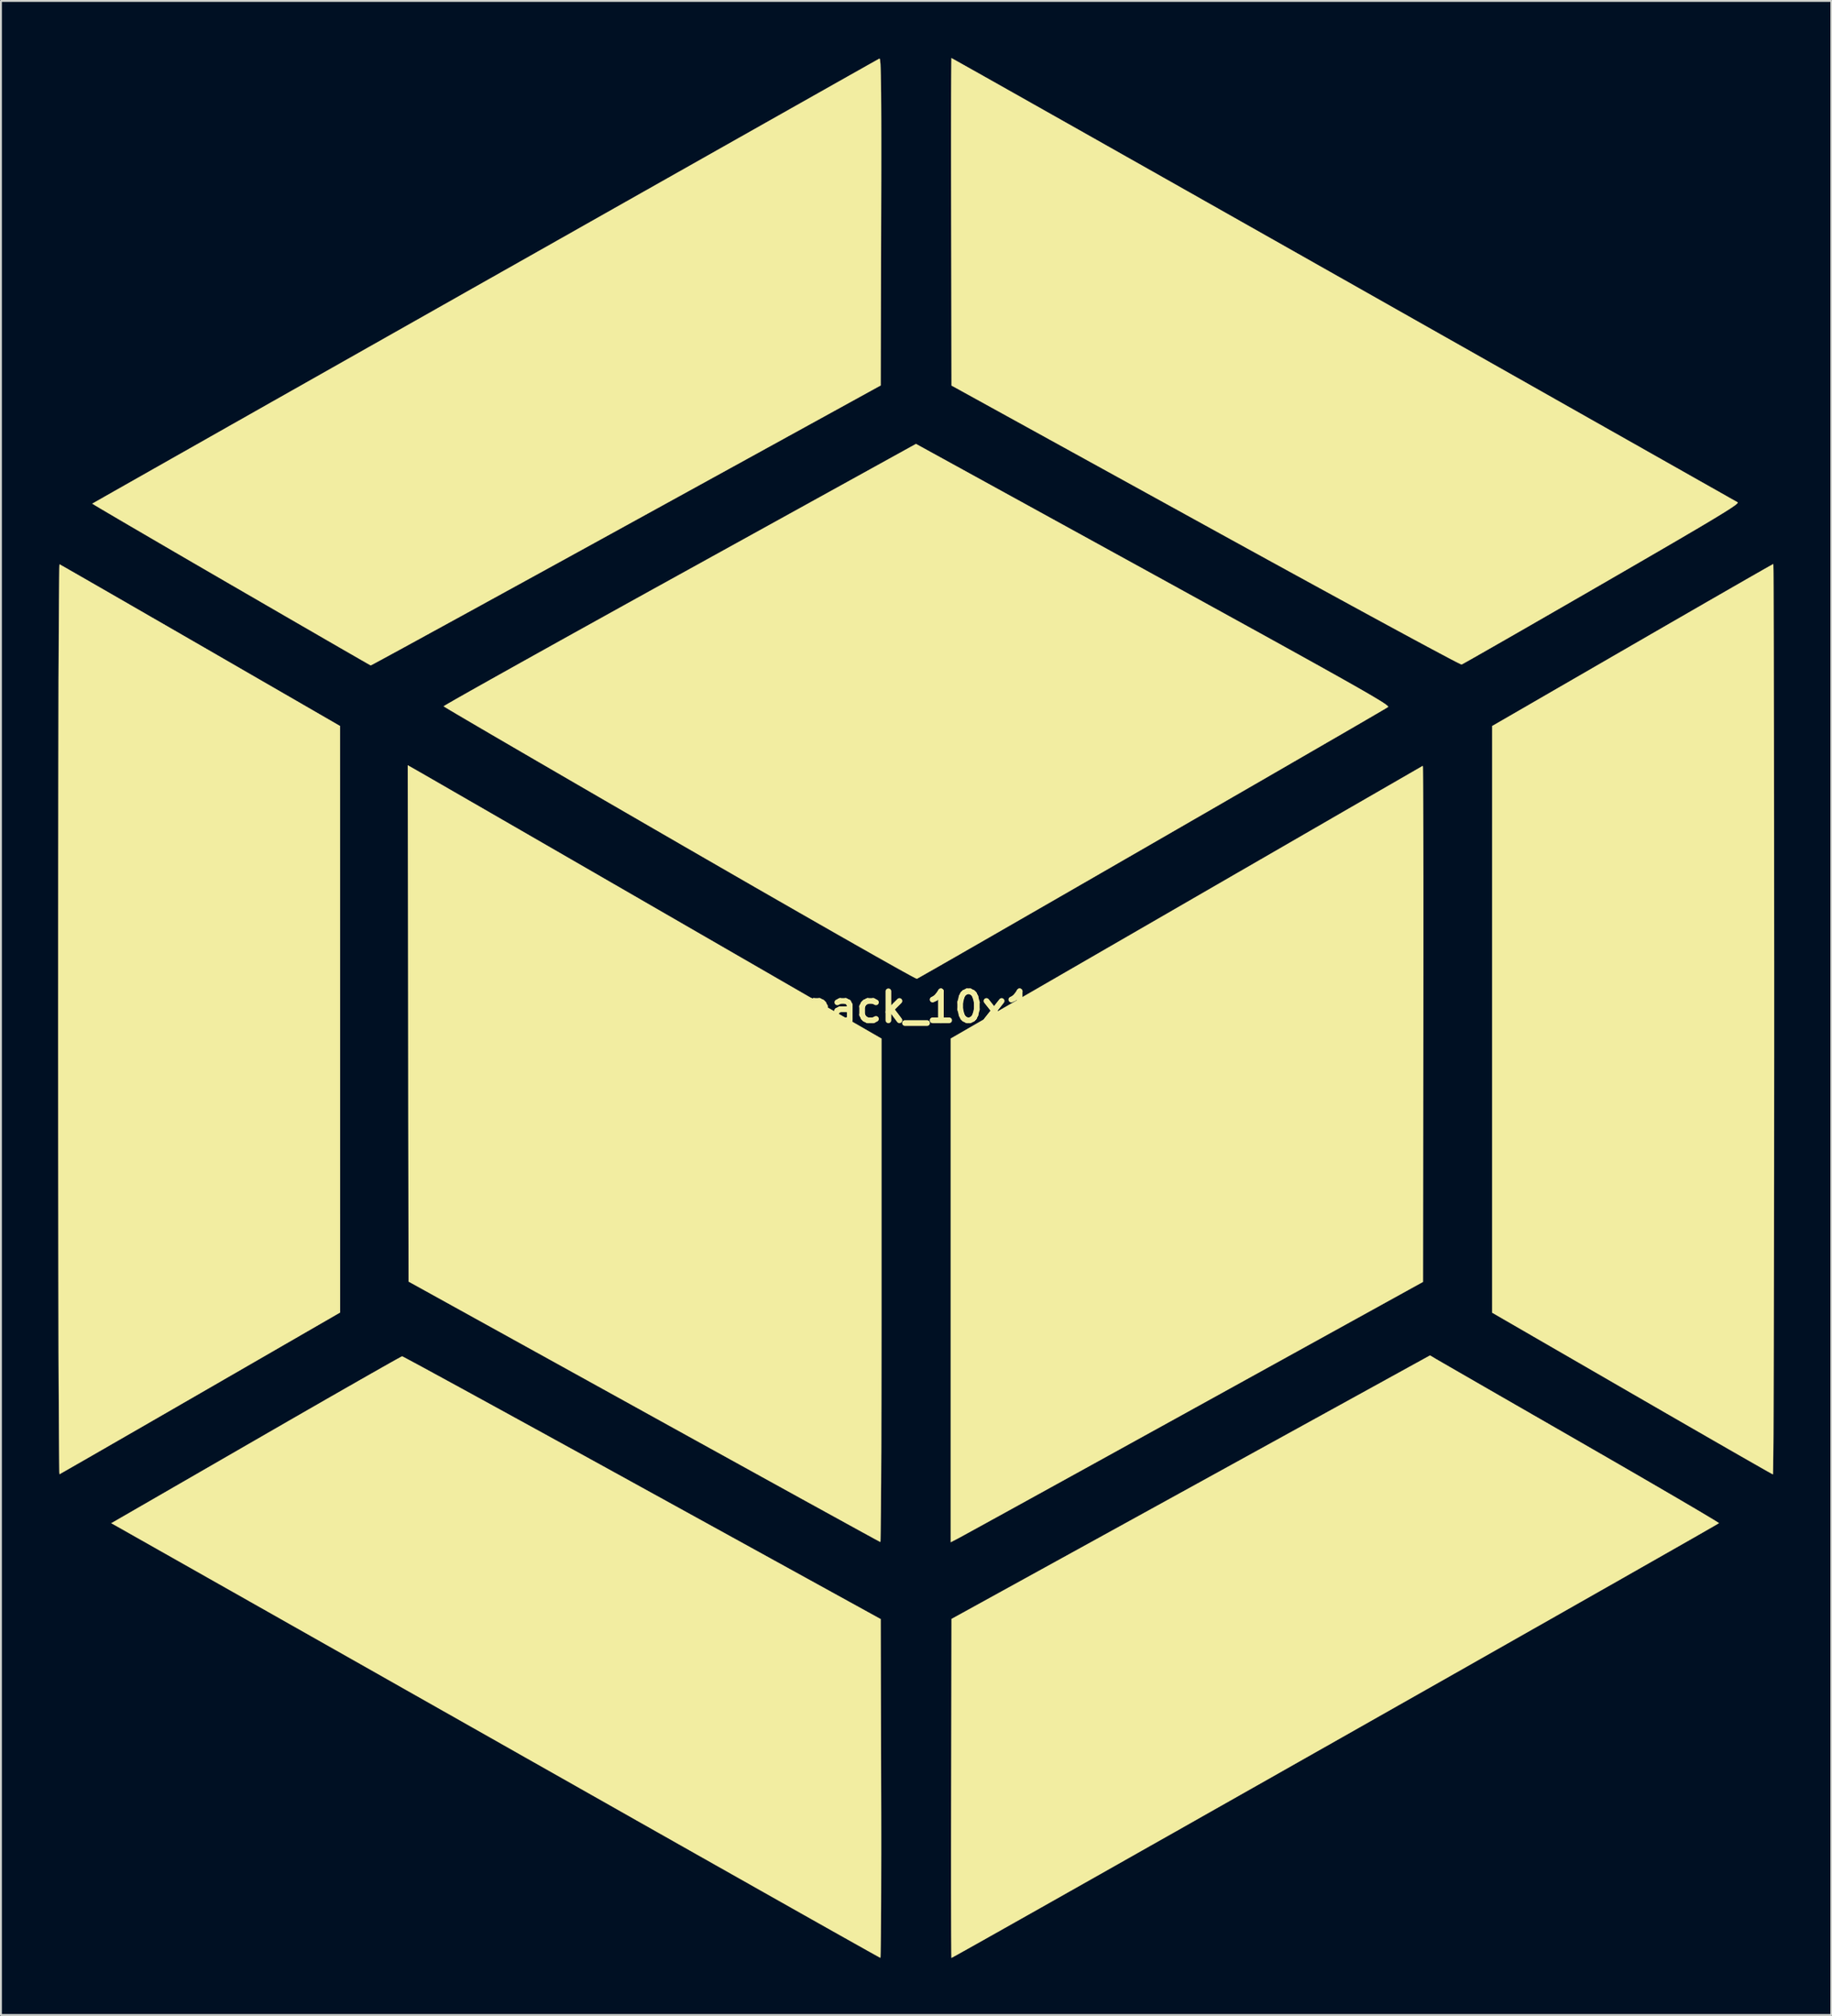
<source format=kicad_pcb>
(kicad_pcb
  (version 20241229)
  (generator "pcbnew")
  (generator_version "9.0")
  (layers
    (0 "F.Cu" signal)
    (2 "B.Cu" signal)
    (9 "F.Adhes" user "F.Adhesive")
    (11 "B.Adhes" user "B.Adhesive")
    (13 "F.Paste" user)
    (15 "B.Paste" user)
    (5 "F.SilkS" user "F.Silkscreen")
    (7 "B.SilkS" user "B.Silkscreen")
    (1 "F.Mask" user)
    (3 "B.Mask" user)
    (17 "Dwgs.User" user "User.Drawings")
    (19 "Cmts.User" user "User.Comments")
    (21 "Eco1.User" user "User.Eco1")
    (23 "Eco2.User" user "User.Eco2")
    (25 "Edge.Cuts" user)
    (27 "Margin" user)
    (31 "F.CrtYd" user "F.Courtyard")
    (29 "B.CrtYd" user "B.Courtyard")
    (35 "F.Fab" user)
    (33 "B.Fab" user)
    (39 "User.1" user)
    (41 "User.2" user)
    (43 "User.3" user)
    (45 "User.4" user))
  (footprint "webpack_10x10_F"
    (layer "F.Cu")
    (at 45.048 49.874)
    (property "Reference" "webpack_10x10_F" (at 0 0 0) (layer "F.SilkS") (effects (font (size 1.524 1.524) (thickness 0.3))))
    (attr through_hole)
    (fp_poly (pts (xy 26.67 -12.598) (xy 26.674 -12.357) (xy 26.679 -11.964) (xy 26.683 -11.429) (xy 26.686 -10.76) (xy 26.689 -9.967) (xy 26.692 -9.058) (xy 26.694 -8.042) (xy 26.696 -6.928) (xy 26.697 -5.725) (xy 26.697 -4.443) (xy 26.697 -3.089) (xy 26.696 -1.673) (xy 26.695 -0.204) (xy 26.694 0.868) (xy 26.675 14.436) (xy 14.671 21.065) (xy 13.342 21.799) (xy 12.049 22.512) (xy 10.801 23.201) (xy 9.606 23.861) (xy 8.471 24.487) (xy 7.405 25.075) (xy 6.416 25.62) (xy 5.513 26.118) (xy 4.703 26.564) (xy 3.994 26.954) (xy 3.395 27.284) (xy 2.914 27.548) (xy 2.558 27.743) (xy 2.337 27.864) (xy 2.265 27.903) (xy 1.863 28.112) (xy 1.863 1.646) (xy 14.24 -5.506) (xy 15.576 -6.278) (xy 16.872 -7.027) (xy 18.121 -7.748) (xy 19.315 -8.438) (xy 20.447 -9.092) (xy 21.509 -9.705) (xy 22.493 -10.274) (xy 23.392 -10.793) (xy 24.199 -11.258) (xy 24.905 -11.665) (xy 25.503 -12.01) (xy 25.985 -12.288) (xy 26.344 -12.495) (xy 26.573 -12.627) (xy 26.663 -12.678) (xy 26.664 -12.679) (xy 26.67 -12.598)) (stroke (width 0.01) (type solid)) (fill yes) (layer "F.SilkS"))
    (fp_poly (pts (xy -26.176 -12.43) (xy -26.049 -12.357) (xy -25.783 -12.204) (xy -25.387 -11.976) (xy -24.868 -11.677) (xy -24.236 -11.312) (xy -23.497 -10.886) (xy -22.66 -10.404) (xy -21.734 -9.869) (xy -20.726 -9.288) (xy -19.644 -8.663) (xy -18.497 -8.001) (xy -17.293 -7.306) (xy -16.039 -6.582) (xy -14.744 -5.835) (xy -13.73 -5.249) (xy -1.779 1.651) (xy -1.779 14.88) (xy -1.779 16.363) (xy -1.78 17.798) (xy -1.782 19.178) (xy -1.784 20.493) (xy -1.788 21.734) (xy -1.791 22.892) (xy -1.796 23.957) (xy -1.8 24.922) (xy -1.806 25.776) (xy -1.811 26.511) (xy -1.818 27.118) (xy -1.824 27.587) (xy -1.831 27.91) (xy -1.838 28.078) (xy -1.841 28.1) (xy -1.921 28.059) (xy -2.141 27.94) (xy -2.494 27.747) (xy -2.972 27.486) (xy -3.567 27.159) (xy -4.272 26.771) (xy -5.078 26.328) (xy -5.979 25.832) (xy -6.965 25.288) (xy -8.031 24.7) (xy -9.167 24.073) (xy -10.366 23.411) (xy -11.621 22.718) (xy -12.923 21.998) (xy -14.265 21.256) (xy -14.266 21.255) (xy -26.628 14.419) (xy -26.649 0.855) (xy -26.671 -12.71) (xy -26.176 -12.43)) (stroke (width 0.01) (type solid)) (fill yes) (layer "F.SilkS"))
    (fp_poly (pts (xy -44.885 -23.224) (xy -44.666 -23.099) (xy -44.321 -22.902) (xy -43.858 -22.636) (xy -43.289 -22.309) (xy -42.623 -21.926) (xy -41.87 -21.493) (xy -41.04 -21.014) (xy -40.143 -20.497) (xy -39.188 -19.947) (xy -38.187 -19.369) (xy -37.561 -19.008) (xy -30.23 -14.774) (xy -30.228 0.635) (xy -30.227 16.044) (xy -37.563 20.278) (xy -38.588 20.869) (xy -39.572 21.437) (xy -40.505 21.975) (xy -41.377 22.477) (xy -42.178 22.938) (xy -42.898 23.353) (xy -43.528 23.715) (xy -44.056 24.018) (xy -44.474 24.257) (xy -44.771 24.427) (xy -44.937 24.521) (xy -44.97 24.539) (xy -44.976 24.458) (xy -44.982 24.214) (xy -44.988 23.815) (xy -44.994 23.266) (xy -44.999 22.574) (xy -45.004 21.747) (xy -45.009 20.791) (xy -45.014 19.713) (xy -45.018 18.519) (xy -45.022 17.216) (xy -45.026 15.81) (xy -45.03 14.31) (xy -45.033 12.72) (xy -45.035 11.049) (xy -45.038 9.302) (xy -45.04 7.487) (xy -45.041 5.61) (xy -45.042 3.677) (xy -45.043 1.696) (xy -45.043 0.635) (xy -45.042 -1.534) (xy -45.042 -3.634) (xy -45.04 -5.659) (xy -45.039 -7.602) (xy -45.036 -9.459) (xy -45.034 -11.224) (xy -45.031 -12.892) (xy -45.027 -14.457) (xy -45.023 -15.913) (xy -45.019 -17.254) (xy -45.014 -18.476) (xy -45.01 -19.572) (xy -45.004 -20.538) (xy -44.999 -21.366) (xy -44.993 -22.053) (xy -44.987 -22.592) (xy -44.98 -22.978) (xy -44.974 -23.205) (xy -44.968 -23.269) (xy -44.885 -23.224)) (stroke (width 0.01) (type solid)) (fill yes) (layer "F.SilkS"))
    (fp_poly (pts (xy 45.084 -23.2) (xy 45.088 -22.954) (xy 45.092 -22.552) (xy 45.096 -22.001) (xy 45.099 -21.307) (xy 45.102 -20.478) (xy 45.106 -19.52) (xy 45.109 -18.44) (xy 45.111 -17.245) (xy 45.114 -15.941) (xy 45.117 -14.535) (xy 45.119 -13.034) (xy 45.121 -11.444) (xy 45.123 -9.773) (xy 45.124 -8.027) (xy 45.125 -6.213) (xy 45.126 -4.337) (xy 45.127 -2.407) (xy 45.127 -0.428) (xy 45.127 0.635) (xy 45.127 2.636) (xy 45.126 4.592) (xy 45.125 6.498) (xy 45.124 8.345) (xy 45.122 10.128) (xy 45.12 11.839) (xy 45.117 13.473) (xy 45.114 15.021) (xy 45.111 16.478) (xy 45.108 17.836) (xy 45.104 19.09) (xy 45.1 20.231) (xy 45.096 21.254) (xy 45.091 22.152) (xy 45.087 22.918) (xy 45.082 23.545) (xy 45.077 24.026) (xy 45.072 24.355) (xy 45.067 24.525) (xy 45.064 24.548) (xy 44.983 24.506) (xy 44.766 24.385) (xy 44.422 24.19) (xy 43.961 23.927) (xy 43.393 23.603) (xy 42.729 23.222) (xy 41.977 22.79) (xy 41.148 22.313) (xy 40.252 21.797) (xy 39.298 21.247) (xy 38.297 20.669) (xy 37.656 20.299) (xy 30.311 16.054) (xy 30.311 0.64) (xy 30.312 -14.774) (xy 37.673 -19.029) (xy 38.699 -19.622) (xy 39.683 -20.19) (xy 40.617 -20.728) (xy 41.489 -21.231) (xy 42.289 -21.691) (xy 43.009 -22.105) (xy 43.638 -22.466) (xy 44.166 -22.768) (xy 44.583 -23.006) (xy 44.88 -23.174) (xy 45.047 -23.266) (xy 45.08 -23.283) (xy 45.084 -23.2)) (stroke (width 0.01) (type solid)) (fill yes) (layer "F.SilkS"))
    (fp_poly (pts (xy -26.884 18.388) (xy -26.662 18.506) (xy -26.306 18.697) (xy -25.825 18.957) (xy -25.227 19.283) (xy -24.519 19.669) (xy -23.709 20.111) (xy -22.805 20.606) (xy -21.814 21.149) (xy -20.744 21.736) (xy -19.603 22.362) (xy -18.399 23.024) (xy -17.138 23.717) (xy -15.83 24.437) (xy -14.481 25.18) (xy -14.351 25.252) (xy -1.82 32.155) (xy -1.799 41.054) (xy -1.796 42.266) (xy -1.795 43.429) (xy -1.795 44.533) (xy -1.797 45.565) (xy -1.799 46.516) (xy -1.802 47.374) (xy -1.807 48.127) (xy -1.812 48.766) (xy -1.818 49.279) (xy -1.825 49.654) (xy -1.833 49.881) (xy -1.841 49.95) (xy -1.92 49.908) (xy -2.139 49.787) (xy -2.492 49.591) (xy -2.971 49.322) (xy -3.57 48.986) (xy -4.282 48.586) (xy -5.099 48.126) (xy -6.015 47.61) (xy -7.023 47.041) (xy -8.115 46.425) (xy -9.286 45.763) (xy -10.528 45.062) (xy -11.834 44.324) (xy -13.197 43.553) (xy -14.611 42.754) (xy -16.067 41.929) (xy -16.976 41.415) (xy -18.539 40.53) (xy -20.111 39.641) (xy -21.681 38.752) (xy -23.237 37.871) (xy -24.771 37.003) (xy -26.272 36.154) (xy -27.729 35.329) (xy -29.131 34.535) (xy -30.469 33.778) (xy -31.733 33.063) (xy -32.91 32.397) (xy -33.993 31.784) (xy -34.969 31.232) (xy -35.829 30.745) (xy -36.562 30.331) (xy -37.147 30) (xy -42.248 27.115) (xy -34.649 22.731) (xy -33.605 22.129) (xy -32.602 21.551) (xy -31.65 21.004) (xy -30.758 20.492) (xy -29.936 20.022) (xy -29.193 19.598) (xy -28.541 19.226) (xy -27.988 18.913) (xy -27.544 18.662) (xy -27.22 18.481) (xy -27.024 18.375) (xy -26.966 18.347) (xy -26.884 18.388)) (stroke (width 0.01) (type solid)) (fill yes) (layer "F.SilkS"))
    (fp_poly (pts (xy 27.356 18.485) (xy 27.472 18.552) (xy 27.724 18.698) (xy 28.103 18.917) (xy 28.596 19.201) (xy 29.195 19.546) (xy 29.889 19.946) (xy 30.667 20.394) (xy 31.519 20.884) (xy 32.434 21.41) (xy 33.402 21.967) (xy 34.412 22.548) (xy 34.954 22.86) (xy 35.975 23.448) (xy 36.953 24.012) (xy 37.878 24.547) (xy 38.74 25.048) (xy 39.531 25.508) (xy 40.239 25.922) (xy 40.855 26.283) (xy 41.369 26.587) (xy 41.771 26.827) (xy 42.052 26.998) (xy 42.202 27.094) (xy 42.224 27.113) (xy 42.151 27.158) (xy 41.937 27.283) (xy 41.59 27.482) (xy 41.118 27.753) (xy 40.527 28.09) (xy 39.825 28.49) (xy 39.02 28.948) (xy 38.118 29.461) (xy 37.128 30.025) (xy 36.055 30.634) (xy 34.907 31.286) (xy 33.693 31.976) (xy 32.418 32.699) (xy 31.091 33.452) (xy 29.718 34.231) (xy 28.307 35.031) (xy 26.865 35.848) (xy 25.399 36.679) (xy 23.917 37.519) (xy 22.426 38.364) (xy 20.933 39.209) (xy 19.446 40.051) (xy 17.972 40.886) (xy 16.517 41.709) (xy 15.09 42.517) (xy 13.698 43.305) (xy 12.347 44.068) (xy 11.046 44.804) (xy 9.801 45.508) (xy 8.62 46.175) (xy 7.51 46.802) (xy 6.478 47.385) (xy 5.532 47.918) (xy 4.679 48.399) (xy 3.926 48.823) (xy 3.281 49.186) (xy 2.75 49.484) (xy 2.341 49.712) (xy 2.062 49.867) (xy 1.919 49.945) (xy 1.901 49.953) (xy 1.896 49.871) (xy 1.891 49.629) (xy 1.888 49.241) (xy 1.884 48.717) (xy 1.882 48.067) (xy 1.88 47.303) (xy 1.878 46.437) (xy 1.878 45.478) (xy 1.878 44.438) (xy 1.879 43.329) (xy 1.881 42.161) (xy 1.883 41.048) (xy 1.905 32.144) (xy 27.045 18.3) (xy 27.356 18.485)) (stroke (width 0.01) (type solid)) (fill yes) (layer "F.SilkS"))
    (fp_poly (pts (xy 1.977 -49.828) (xy 2.195 -49.706) (xy 2.548 -49.508) (xy 3.031 -49.237) (xy 3.637 -48.896) (xy 4.361 -48.488) (xy 5.197 -48.017) (xy 6.139 -47.485) (xy 7.181 -46.897) (xy 8.317 -46.256) (xy 9.541 -45.565) (xy 10.847 -44.827) (xy 12.23 -44.046) (xy 13.683 -43.225) (xy 15.2 -42.367) (xy 16.776 -41.476) (xy 18.405 -40.555) (xy 20.08 -39.608) (xy 21.796 -38.637) (xy 22.497 -38.241) (xy 24.229 -37.261) (xy 25.924 -36.302) (xy 27.575 -35.368) (xy 29.177 -34.463) (xy 30.723 -33.588) (xy 32.207 -32.749) (xy 33.624 -31.947) (xy 34.968 -31.187) (xy 36.232 -30.472) (xy 37.411 -29.806) (xy 38.498 -29.191) (xy 39.488 -28.631) (xy 40.375 -28.13) (xy 41.152 -27.69) (xy 41.815 -27.316) (xy 42.356 -27.01) (xy 42.769 -26.776) (xy 43.05 -26.618) (xy 43.192 -26.538) (xy 43.208 -26.529) (xy 43.213 -26.502) (xy 43.169 -26.451) (xy 43.067 -26.369) (xy 42.901 -26.253) (xy 42.662 -26.098) (xy 42.343 -25.899) (xy 41.937 -25.653) (xy 41.437 -25.353) (xy 40.834 -24.997) (xy 40.121 -24.579) (xy 39.29 -24.095) (xy 38.335 -23.54) (xy 37.248 -22.91) (xy 36.096 -22.244) (xy 35.075 -21.654) (xy 34.093 -21.088) (xy 33.162 -20.552) (xy 32.292 -20.051) (xy 31.491 -19.591) (xy 30.772 -19.179) (xy 30.142 -18.819) (xy 29.614 -18.517) (xy 29.196 -18.28) (xy 28.9 -18.113) (xy 28.734 -18.022) (xy 28.702 -18.007) (xy 28.616 -18.043) (xy 28.389 -18.157) (xy 28.028 -18.345) (xy 27.542 -18.603) (xy 26.938 -18.926) (xy 26.223 -19.311) (xy 25.405 -19.753) (xy 24.491 -20.249) (xy 23.489 -20.794) (xy 22.406 -21.385) (xy 21.249 -22.017) (xy 20.027 -22.686) (xy 18.746 -23.388) (xy 17.415 -24.119) (xy 16.04 -24.875) (xy 15.24 -25.316) (xy 1.905 -32.663) (xy 1.883 -41.266) (xy 1.881 -42.457) (xy 1.879 -43.599) (xy 1.878 -44.682) (xy 1.878 -45.693) (xy 1.879 -46.621) (xy 1.88 -47.455) (xy 1.882 -48.185) (xy 1.885 -48.798) (xy 1.889 -49.283) (xy 1.893 -49.63) (xy 1.897 -49.826) (xy 1.901 -49.869) (xy 1.977 -49.828)) (stroke (width 0.01) (type solid)) (fill yes) (layer "F.SilkS"))
    (fp_poly (pts (xy -1.866 -49.823) (xy -1.85 -49.734) (xy -1.837 -49.571) (xy -1.825 -49.325) (xy -1.815 -48.989) (xy -1.808 -48.553) (xy -1.801 -48.011) (xy -1.797 -47.352) (xy -1.794 -46.57) (xy -1.793 -45.656) (xy -1.793 -44.602) (xy -1.794 -43.399) (xy -1.797 -42.039) (xy -1.799 -41.279) (xy -1.82 -32.671) (xy -15.198 -25.311) (xy -16.595 -24.543) (xy -17.953 -23.796) (xy -19.263 -23.076) (xy -20.518 -22.387) (xy -21.712 -21.732) (xy -22.835 -21.115) (xy -23.882 -20.541) (xy -24.844 -20.014) (xy -25.714 -19.538) (xy -26.484 -19.116) (xy -27.148 -18.754) (xy -27.698 -18.454) (xy -28.126 -18.222) (xy -28.426 -18.06) (xy -28.588 -17.974) (xy -28.617 -17.96) (xy -28.695 -18.002) (xy -28.909 -18.124) (xy -29.25 -18.32) (xy -29.708 -18.583) (xy -30.272 -18.908) (xy -30.934 -19.29) (xy -31.682 -19.723) (xy -32.508 -20.2) (xy -33.401 -20.717) (xy -34.352 -21.268) (xy -35.35 -21.846) (xy -35.965 -22.202) (xy -36.986 -22.794) (xy -37.964 -23.362) (xy -38.889 -23.9) (xy -39.752 -24.403) (xy -40.542 -24.864) (xy -41.251 -25.278) (xy -41.868 -25.639) (xy -42.383 -25.942) (xy -42.787 -26.18) (xy -43.07 -26.349) (xy -43.222 -26.442) (xy -43.247 -26.459) (xy -43.17 -26.504) (xy -42.953 -26.627) (xy -42.603 -26.826) (xy -42.128 -27.096) (xy -41.533 -27.433) (xy -40.827 -27.833) (xy -40.017 -28.292) (xy -39.11 -28.806) (xy -38.113 -29.37) (xy -37.034 -29.981) (xy -35.879 -30.635) (xy -34.656 -31.327) (xy -33.372 -32.054) (xy -32.034 -32.81) (xy -30.649 -33.594) (xy -29.225 -34.399) (xy -27.769 -35.223) (xy -26.288 -36.06) (xy -24.789 -36.908) (xy -23.28 -37.762) (xy -21.767 -38.617) (xy -20.257 -39.47) (xy -18.759 -40.317) (xy -17.279 -41.154) (xy -15.825 -41.976) (xy -14.403 -42.78) (xy -13.021 -43.561) (xy -11.686 -44.315) (xy -10.405 -45.039) (xy -9.185 -45.728) (xy -8.034 -46.378) (xy -6.959 -46.985) (xy -5.967 -47.545) (xy -5.065 -48.054) (xy -4.261 -48.508) (xy -3.561 -48.903) (xy -2.973 -49.234) (xy -2.504 -49.499) (xy -2.161 -49.691) (xy -1.952 -49.808) (xy -1.883 -49.846) (xy -1.866 -49.823)) (stroke (width 0.01) (type solid)) (fill yes) (layer "F.SilkS"))
    (fp_poly (pts (xy 12.509 -22.738) (xy 14.125 -21.849) (xy 15.598 -21.038) (xy 16.936 -20.301) (xy 18.143 -19.636) (xy 19.227 -19.037) (xy 20.192 -18.502) (xy 21.046 -18.028) (xy 21.795 -17.61) (xy 22.445 -17.246) (xy 23.001 -16.932) (xy 23.471 -16.664) (xy 23.86 -16.439) (xy 24.174 -16.253) (xy 24.421 -16.104) (xy 24.604 -15.987) (xy 24.732 -15.899) (xy 24.81 -15.836) (xy 24.845 -15.796) (xy 24.842 -15.774) (xy 24.748 -15.717) (xy 24.518 -15.581) (xy 24.16 -15.372) (xy 23.685 -15.095) (xy 23.1 -14.755) (xy 22.416 -14.358) (xy 21.641 -13.91) (xy 20.786 -13.415) (xy 19.858 -12.878) (xy 18.869 -12.306) (xy 17.826 -11.703) (xy 16.739 -11.076) (xy 15.618 -10.428) (xy 14.471 -9.767) (xy 13.309 -9.096) (xy 12.139 -8.421) (xy 10.972 -7.749) (xy 9.818 -7.083) (xy 8.684 -6.43) (xy 7.58 -5.794) (xy 6.517 -5.182) (xy 5.502 -4.598) (xy 4.545 -4.047) (xy 3.657 -3.536) (xy 2.844 -3.07) (xy 2.119 -2.653) (xy 1.488 -2.292) (xy 0.962 -1.991) (xy 0.55 -1.757) (xy 0.262 -1.593) (xy 0.106 -1.506) (xy 0.08 -1.493) (xy -0.005 -1.531) (xy -0.229 -1.649) (xy -0.585 -1.844) (xy -1.064 -2.11) (xy -1.658 -2.444) (xy -2.362 -2.841) (xy -3.165 -3.297) (xy -4.062 -3.807) (xy -5.044 -4.368) (xy -6.103 -4.974) (xy -7.233 -5.622) (xy -8.425 -6.306) (xy -9.671 -7.024) (xy -10.965 -7.77) (xy -12.298 -8.539) (xy -12.403 -8.6) (xy -13.738 -9.372) (xy -15.033 -10.122) (xy -16.28 -10.844) (xy -17.472 -11.535) (xy -18.602 -12.191) (xy -19.661 -12.806) (xy -20.643 -13.377) (xy -21.539 -13.899) (xy -22.342 -14.367) (xy -23.044 -14.778) (xy -23.638 -15.126) (xy -24.117 -15.408) (xy -24.472 -15.619) (xy -24.696 -15.754) (xy -24.782 -15.809) (xy -24.783 -15.81) (xy -24.712 -15.858) (xy -24.5 -15.982) (xy -24.156 -16.18) (xy -23.686 -16.447) (xy -23.099 -16.778) (xy -22.401 -17.17) (xy -21.601 -17.618) (xy -20.707 -18.118) (xy -19.725 -18.665) (xy -18.664 -19.256) (xy -17.532 -19.885) (xy -16.335 -20.549) (xy -15.082 -21.244) (xy -13.78 -21.965) (xy -12.436 -22.707) (xy -12.384 -22.736) (xy 0.033 -29.597) (xy 12.509 -22.738)) (stroke (width 0.01) (type solid)) (fill yes) (layer "F.SilkS")))
  (gr_rect
    (start -3 -3)
    (end 93.18 102.832)
    (stroke (width 0.1) (type default))
    (fill no)
    (layer "Edge.Cuts")))
</source>
